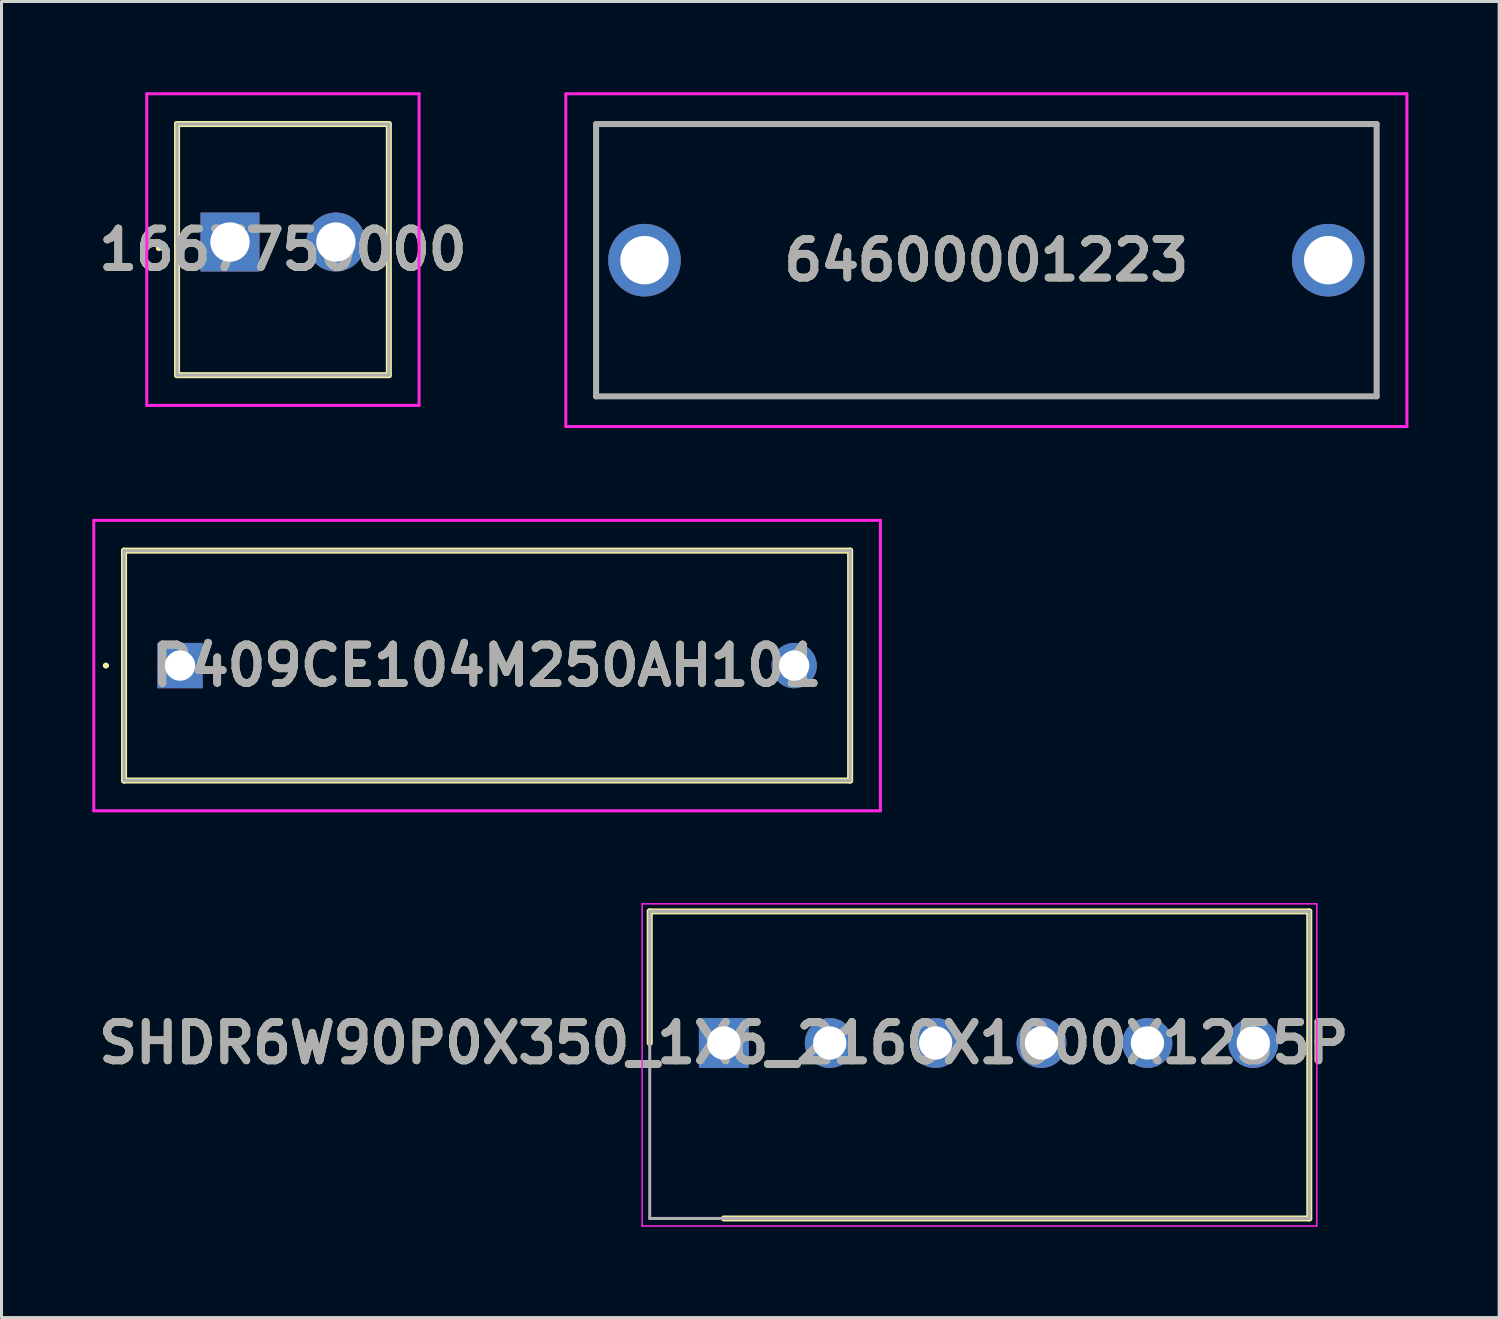
<source format=kicad_pcb>
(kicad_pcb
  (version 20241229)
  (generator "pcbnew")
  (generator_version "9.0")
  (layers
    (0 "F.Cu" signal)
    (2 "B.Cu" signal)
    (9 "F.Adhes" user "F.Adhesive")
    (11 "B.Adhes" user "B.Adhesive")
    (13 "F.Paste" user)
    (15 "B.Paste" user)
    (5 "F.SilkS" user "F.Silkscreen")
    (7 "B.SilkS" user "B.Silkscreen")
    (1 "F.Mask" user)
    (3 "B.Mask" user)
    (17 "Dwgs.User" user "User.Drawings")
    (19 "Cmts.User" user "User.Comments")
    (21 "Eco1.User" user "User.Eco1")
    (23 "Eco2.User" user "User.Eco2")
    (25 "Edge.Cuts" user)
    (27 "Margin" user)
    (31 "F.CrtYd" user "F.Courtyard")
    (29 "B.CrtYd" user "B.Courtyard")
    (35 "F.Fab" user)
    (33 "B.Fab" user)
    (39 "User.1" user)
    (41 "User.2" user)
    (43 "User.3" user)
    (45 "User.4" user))
  (footprint "1667750000"
    (layer "F.Cu")
    (at 4.552 4.95)
    (property "Reference" "1667750000" (at 1.75 0.25 0) (layer "F.SilkS") (effects (font (size 1.27 1.27) (thickness 0.254))))
    (attr through_hole)
    (fp_line (start -2.4 0.2) (end -2.4 0.2) (stroke (width 0.1) (type solid)) (layer "F.SilkS"))
    (fp_line (start -2.3 0.2) (end -2.3 0.2) (stroke (width 0.1) (type solid)) (layer "F.SilkS"))
    (fp_line (start -1.75 -3.9) (end 5.25 -3.9) (stroke (width 0.2) (type solid)) (layer "F.SilkS"))
    (fp_line (start -1.75 4.4) (end -1.75 -3.9) (stroke (width 0.2) (type solid)) (layer "F.SilkS"))
    (fp_line (start 5.25 -3.9) (end 5.25 4.4) (stroke (width 0.2) (type solid)) (layer "F.SilkS"))
    (fp_line (start 5.25 4.4) (end -1.75 4.4) (stroke (width 0.2) (type solid)) (layer "F.SilkS"))
    (fp_arc (start -2.4 0.2) (mid -2.35 0.15) (end -2.3 0.2) (stroke (width 0.1) (type solid)) (layer "F.SilkS"))
    (fp_arc (start -2.3 0.2) (mid -2.35 0.25) (end -2.4 0.2) (stroke (width 0.1) (type solid)) (layer "F.SilkS"))
    (fp_line (start -2.75 -4.9) (end 6.25 -4.9) (stroke (width 0.1) (type solid)) (layer "F.CrtYd"))
    (fp_line (start -2.75 5.4) (end -2.75 -4.9) (stroke (width 0.1) (type solid)) (layer "F.CrtYd"))
    (fp_line (start 6.25 -4.9) (end 6.25 5.4) (stroke (width 0.1) (type solid)) (layer "F.CrtYd"))
    (fp_line (start 6.25 5.4) (end -2.75 5.4) (stroke (width 0.1) (type solid)) (layer "F.CrtYd"))
    (fp_line (start -1.75 -3.9) (end 5.25 -3.9) (stroke (width 0.1) (type solid)) (layer "F.Fab"))
    (fp_line (start -1.75 4.4) (end -1.75 -3.9) (stroke (width 0.1) (type solid)) (layer "F.Fab"))
    (fp_line (start 5.25 -3.9) (end 5.25 4.4) (stroke (width 0.1) (type solid)) (layer "F.Fab"))
    (fp_line (start 5.25 4.4) (end -1.75 4.4) (stroke (width 0.1) (type solid)) (layer "F.Fab"))
    (fp_text user "${REFERENCE}" (at 1.75 0.25 0) (layer "F.Fab") (effects (font (size 1.27 1.27) (thickness 0.254))))
    (pad "1" thru_hole rect (at 0 0) (size 1.95 1.95) (drill 1.3) (layers "*.Cu" "*.Mask"))
    (pad "2" thru_hole circle (at 3.5 0) (size 1.95 1.95) (drill 1.3) (layers "*.Cu" "*.Mask")))
  (footprint "SHDR6W90P0X350_1X6_2160X1000X1255P"
    (layer "F.Cu")
    (at 20.876 31.425)
    (property "Reference" "SHDR6W90P0X350_1X6_2160X1000X1255P" (at 0 0 0) (layer "F.SilkS") (effects (font (size 1.27 1.27) (thickness 0.254))))
    (attr through_hole)
    (fp_line (start -2.45 -4.35) (end -2.45 0) (stroke (width 0.2) (type solid)) (layer "F.SilkS"))
    (fp_line (start 0 5.8) (end 19.35 5.8) (stroke (width 0.2) (type solid)) (layer "F.SilkS"))
    (fp_line (start 19.35 -4.35) (end -2.45 -4.35) (stroke (width 0.2) (type solid)) (layer "F.SilkS"))
    (fp_line (start 19.35 5.8) (end 19.35 -4.35) (stroke (width 0.2) (type solid)) (layer "F.SilkS"))
    (fp_line (start -2.7 -4.6) (end 19.6 -4.6) (stroke (width 0.05) (type solid)) (layer "F.CrtYd"))
    (fp_line (start -2.7 6.05) (end -2.7 -4.6) (stroke (width 0.05) (type solid)) (layer "F.CrtYd"))
    (fp_line (start 19.6 -4.6) (end 19.6 6.05) (stroke (width 0.05) (type solid)) (layer "F.CrtYd"))
    (fp_line (start 19.6 6.05) (end -2.7 6.05) (stroke (width 0.05) (type solid)) (layer "F.CrtYd"))
    (fp_line (start -2.45 -4.35) (end 19.35 -4.35) (stroke (width 0.1) (type solid)) (layer "F.Fab"))
    (fp_line (start -2.45 5.8) (end -2.45 -4.35) (stroke (width 0.1) (type solid)) (layer "F.Fab"))
    (fp_line (start 19.35 -4.35) (end 19.35 5.8) (stroke (width 0.1) (type solid)) (layer "F.Fab"))
    (fp_line (start 19.35 5.8) (end -2.45 5.8) (stroke (width 0.1) (type solid)) (layer "F.Fab"))
    (fp_text user "${REFERENCE}" (at 0 0 0) (layer "F.Fab") (effects (font (size 1.27 1.27) (thickness 0.254))))
    (pad "1" thru_hole rect (at 0 0) (size 1.65 1.65) (drill 1.1) (layers "*.Cu" "*.Mask"))
    (pad "2" thru_hole circle (at 3.5 0) (size 1.65 1.65) (drill 1.1) (layers "*.Cu" "*.Mask"))
    (pad "3" thru_hole circle (at 7 0) (size 1.65 1.65) (drill 1.1) (layers "*.Cu" "*.Mask"))
    (pad "4" thru_hole circle (at 10.5 0) (size 1.65 1.65) (drill 1.1) (layers "*.Cu" "*.Mask"))
    (pad "5" thru_hole circle (at 14 0) (size 1.65 1.65) (drill 1.1) (layers "*.Cu" "*.Mask"))
    (pad "6" thru_hole circle (at 17.5 0) (size 1.65 1.65) (drill 1.1) (layers "*.Cu" "*.Mask")))
  (footprint "64600001223"
    (layer "F.Cu")
    (at 18.253 5.55)
    (property "Reference" "64600001223" (at 11.3 0 0) (layer "F.SilkS") (effects (font (size 1.27 1.27) (thickness 0.254))))
    (attr through_hole)
    (fp_line (start -1.6 -4.5) (end 24.2 -4.5) (stroke (width 0.1) (type solid)) (layer "F.SilkS"))
    (fp_line (start -1.6 4.5) (end -1.6 -4.5) (stroke (width 0.1) (type solid)) (layer "F.SilkS"))
    (fp_line (start 24.2 -4.5) (end 24.2 4.5) (stroke (width 0.1) (type solid)) (layer "F.SilkS"))
    (fp_line (start 24.2 4.5) (end -1.6 4.5) (stroke (width 0.1) (type solid)) (layer "F.SilkS"))
    (fp_line (start -2.6 -5.5) (end 25.2 -5.5) (stroke (width 0.1) (type solid)) (layer "F.CrtYd"))
    (fp_line (start -2.6 5.5) (end -2.6 -5.5) (stroke (width 0.1) (type solid)) (layer "F.CrtYd"))
    (fp_line (start 25.2 -5.5) (end 25.2 5.5) (stroke (width 0.1) (type solid)) (layer "F.CrtYd"))
    (fp_line (start 25.2 5.5) (end -2.6 5.5) (stroke (width 0.1) (type solid)) (layer "F.CrtYd"))
    (fp_line (start -1.6 -4.5) (end 24.2 -4.5) (stroke (width 0.2) (type solid)) (layer "F.Fab"))
    (fp_line (start -1.6 4.5) (end -1.6 -4.5) (stroke (width 0.2) (type solid)) (layer "F.Fab"))
    (fp_line (start 24.2 -4.5) (end 24.2 4.5) (stroke (width 0.2) (type solid)) (layer "F.Fab"))
    (fp_line (start 24.2 4.5) (end -1.6 4.5) (stroke (width 0.2) (type solid)) (layer "F.Fab"))
    (fp_text user "${REFERENCE}" (at 11.3 0 0) (layer "F.Fab") (effects (font (size 1.27 1.27) (thickness 0.254))))
    (pad "1" thru_hole circle (at 0 0) (size 2.4 2.4) (drill 1.6) (layers "*.Cu" "*.Mask"))
    (pad "2" thru_hole circle (at 22.6 0) (size 2.4 2.4) (drill 1.6) (layers "*.Cu" "*.Mask")))
  (footprint "P409CE104M250AH101"
    (layer "F.Cu")
    (at 2.9 18.95)
    (property "Reference" "P409CE104M250AH101" (at 10.15 0 0) (layer "F.SilkS") (effects (font (size 1.27 1.27) (thickness 0.254))))
    (attr through_hole)
    (fp_line (start -2.5 0) (end -2.5 0) (stroke (width 0.1) (type solid)) (layer "F.SilkS"))
    (fp_line (start -2.4 0) (end -2.4 0) (stroke (width 0.1) (type solid)) (layer "F.SilkS"))
    (fp_line (start -1.85 -3.8) (end 22.15 -3.8) (stroke (width 0.2) (type solid)) (layer "F.SilkS"))
    (fp_line (start -1.85 3.8) (end -1.85 -3.8) (stroke (width 0.2) (type solid)) (layer "F.SilkS"))
    (fp_line (start 22.15 -3.8) (end 22.15 3.8) (stroke (width 0.2) (type solid)) (layer "F.SilkS"))
    (fp_line (start 22.15 3.8) (end -1.85 3.8) (stroke (width 0.2) (type solid)) (layer "F.SilkS"))
    (fp_arc (start -2.5 0) (mid -2.45 -0.05) (end -2.4 0) (stroke (width 0.1) (type solid)) (layer "F.SilkS"))
    (fp_arc (start -2.4 0) (mid -2.45 0.05) (end -2.5 0) (stroke (width 0.1) (type solid)) (layer "F.SilkS"))
    (fp_line (start -2.85 -4.8) (end 23.15 -4.8) (stroke (width 0.1) (type solid)) (layer "F.CrtYd"))
    (fp_line (start -2.85 4.8) (end -2.85 -4.8) (stroke (width 0.1) (type solid)) (layer "F.CrtYd"))
    (fp_line (start 23.15 -4.8) (end 23.15 4.8) (stroke (width 0.1) (type solid)) (layer "F.CrtYd"))
    (fp_line (start 23.15 4.8) (end -2.85 4.8) (stroke (width 0.1) (type solid)) (layer "F.CrtYd"))
    (fp_line (start -1.85 -3.8) (end 22.15 -3.8) (stroke (width 0.1) (type solid)) (layer "F.Fab"))
    (fp_line (start -1.85 3.8) (end -1.85 -3.8) (stroke (width 0.1) (type solid)) (layer "F.Fab"))
    (fp_line (start 22.15 -3.8) (end 22.15 3.8) (stroke (width 0.1) (type solid)) (layer "F.Fab"))
    (fp_line (start 22.15 3.8) (end -1.85 3.8) (stroke (width 0.1) (type solid)) (layer "F.Fab"))
    (fp_text user "${REFERENCE}" (at 10.15 0 0) (layer "F.Fab") (effects (font (size 1.27 1.27) (thickness 0.254))))
    (pad "1" thru_hole rect (at 0 0) (size 1.5 1.5) (drill 1) (layers "*.Cu" "*.Mask"))
    (pad "2" thru_hole circle (at 20.3 0) (size 1.5 1.5) (drill 1) (layers "*.Cu" "*.Mask")))
  (gr_rect
    (start -3 -3)
    (end 46.503 40.5)
    (stroke (width 0.1) (type default))
    (fill no)
    (layer "Edge.Cuts")))
</source>
